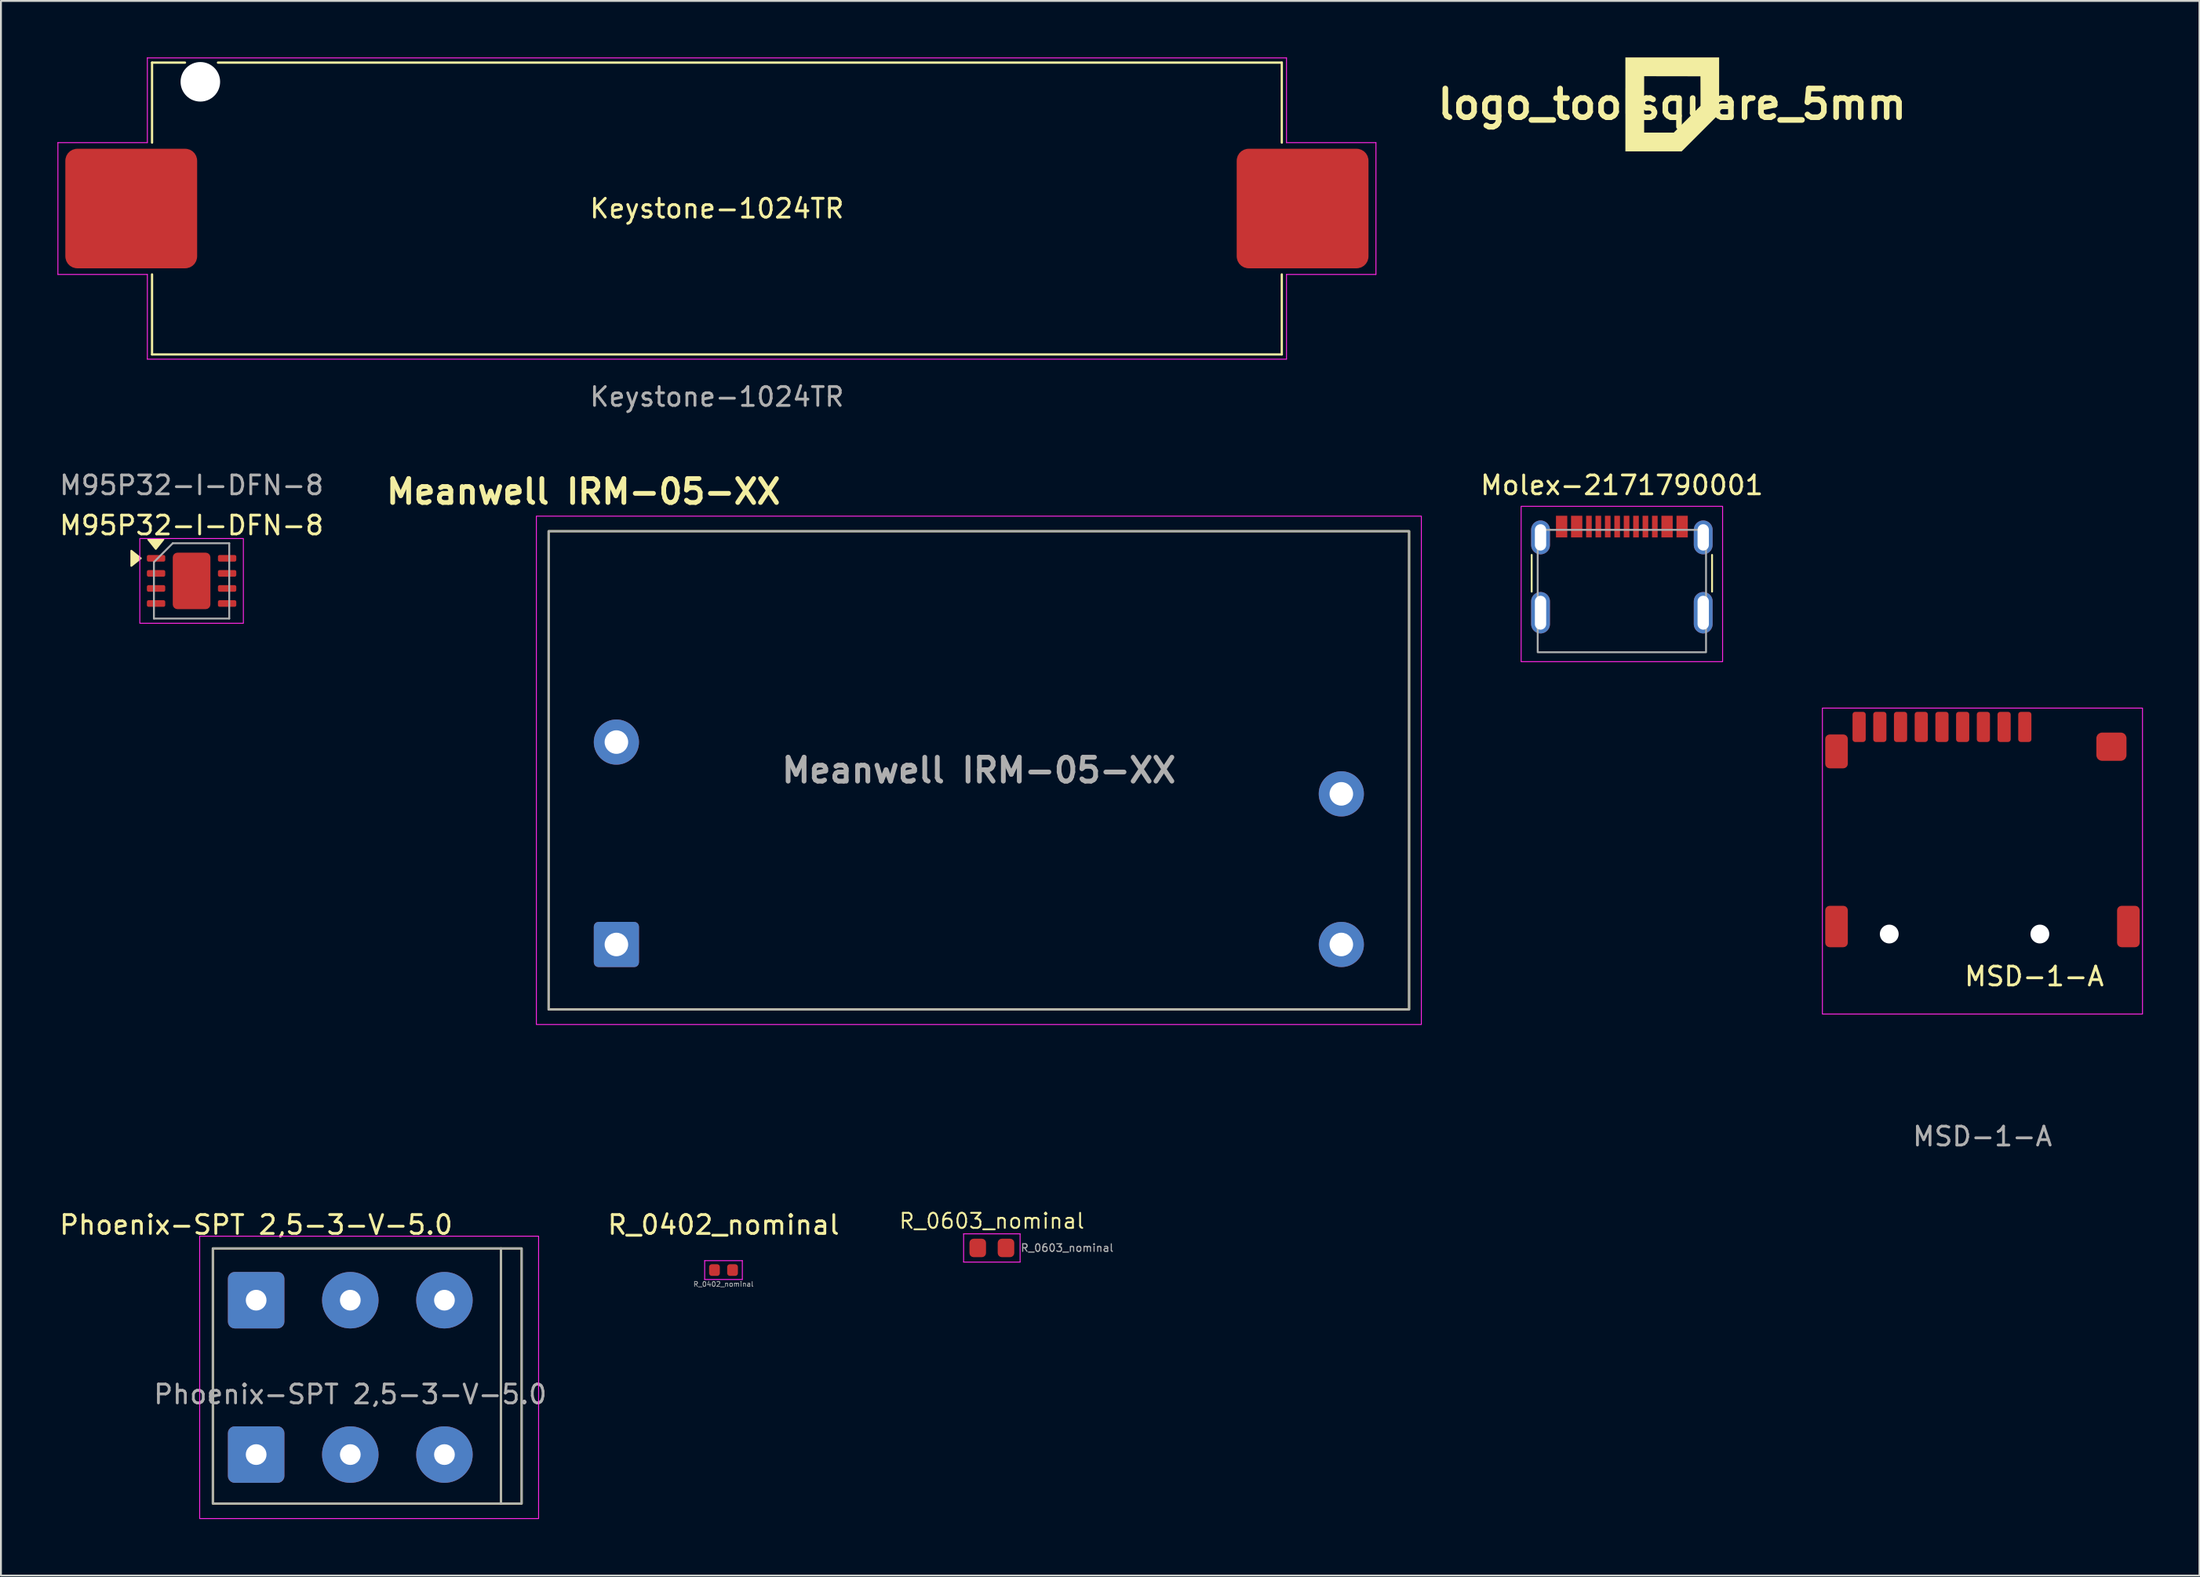
<source format=kicad_pcb>
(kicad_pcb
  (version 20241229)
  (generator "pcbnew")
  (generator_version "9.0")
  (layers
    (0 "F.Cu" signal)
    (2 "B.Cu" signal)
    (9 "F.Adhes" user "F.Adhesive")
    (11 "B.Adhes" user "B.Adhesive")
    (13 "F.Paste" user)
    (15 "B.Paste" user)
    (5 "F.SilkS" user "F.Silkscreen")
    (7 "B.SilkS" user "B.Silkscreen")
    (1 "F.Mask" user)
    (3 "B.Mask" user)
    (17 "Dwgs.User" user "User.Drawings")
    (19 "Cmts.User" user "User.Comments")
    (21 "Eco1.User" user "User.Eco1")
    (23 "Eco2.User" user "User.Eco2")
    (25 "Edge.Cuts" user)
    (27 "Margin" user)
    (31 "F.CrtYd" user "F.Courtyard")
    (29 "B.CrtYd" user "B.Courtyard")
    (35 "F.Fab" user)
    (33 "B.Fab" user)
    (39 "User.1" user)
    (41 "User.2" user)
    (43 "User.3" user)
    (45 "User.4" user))
  (footprint "Keystone-1024TR"
    (layer "F.Cu")
    (at 35.025 8.025)
    (property "Reference" "Keystone-1024TR" (at 0 0 0) (unlocked yes) (layer "F.SilkS") (effects (font (size 1 1) (thickness 0.15))))
    (attr smd)
    (fp_line (start -30 -7.75) (end -30 -3.5) (stroke (width 0.12) (type default)) (layer "F.SilkS"))
    (fp_line (start -30 -7.75) (end -28.25 -7.75) (stroke (width 0.12) (type default)) (layer "F.SilkS"))
    (fp_line (start -30 3.5) (end -30 7.75) (stroke (width 0.12) (type default)) (layer "F.SilkS"))
    (fp_line (start -26.5 -7.75) (end 30 -7.75) (stroke (width 0.12) (type default)) (layer "F.SilkS"))
    (fp_line (start 30 -7.75) (end 30 -3.5) (stroke (width 0.12) (type default)) (layer "F.SilkS"))
    (fp_line (start 30 3.5) (end 30 7.75) (stroke (width 0.12) (type default)) (layer "F.SilkS"))
    (fp_line (start 30 7.75) (end -30 7.75) (stroke (width 0.12) (type default)) (layer "F.SilkS"))
    (fp_line (start -35 -3.5) (end -35 3.5) (stroke (width 0.05) (type default)) (layer "F.CrtYd"))
    (fp_line (start -35 -3.5) (end -30.25 -3.5) (stroke (width 0.05) (type default)) (layer "F.CrtYd"))
    (fp_line (start -35 3.5) (end -30.25 3.5) (stroke (width 0.05) (type default)) (layer "F.CrtYd"))
    (fp_line (start -30.25 -8) (end 30.25 -8) (stroke (width 0.05) (type default)) (layer "F.CrtYd"))
    (fp_line (start -30.25 -3.5) (end -30.25 -8) (stroke (width 0.05) (type default)) (layer "F.CrtYd"))
    (fp_line (start -30.25 3.5) (end -30.25 8) (stroke (width 0.05) (type default)) (layer "F.CrtYd"))
    (fp_line (start 30.25 -8) (end 30.25 -3.5) (stroke (width 0.05) (type default)) (layer "F.CrtYd"))
    (fp_line (start 30.25 -3.5) (end 35 -3.5) (stroke (width 0.05) (type default)) (layer "F.CrtYd"))
    (fp_line (start 30.25 3.5) (end 35 3.5) (stroke (width 0.05) (type default)) (layer "F.CrtYd"))
    (fp_line (start 30.25 8) (end -30.25 8) (stroke (width 0.05) (type default)) (layer "F.CrtYd"))
    (fp_line (start 30.25 8) (end 30.25 3.5) (stroke (width 0.05) (type default)) (layer "F.CrtYd"))
    (fp_line (start 35 -3.5) (end 35 3.5) (stroke (width 0.05) (type default)) (layer "F.CrtYd"))
    (fp_text user "${REFERENCE}" (at 0 10 0) (unlocked yes) (layer "F.Fab") (effects (font (size 1 1) (thickness 0.15))))
    (pad "" np_thru_hole circle (at -27.435 -6.73) (size 2.1 2.1) (drill 2.1) (layers "*.Cu" "*.Mask"))
    (pad "1" smd roundrect (at -31.105 0) (size 7 6.35) (layers "F.Cu" "F.Mask" "F.Paste") (roundrect_rratio 0.1))
    (pad "2" smd roundrect (at 31.105 0) (size 7 6.35) (layers "F.Cu" "F.Mask" "F.Paste") (roundrect_rratio 0.1)))
  (footprint "Molex-2171790001"
    (layer "F.Cu")
    (at 83.086 27.491)
    (property "Reference" "Molex-2171790001" (at 0 -4.77 0) (layer "F.SilkS") (effects (font (size 1 1) (thickness 0.15))))
    (fp_line (start -4.79 -1.07) (end -4.79 0.88) (stroke (width 0.1) (type solid)) (layer "F.SilkS"))
    (fp_line (start 4.79 -1.07) (end 4.79 0.88) (stroke (width 0.1) (type solid)) (layer "F.SilkS"))
    (fp_rect (start -5.35 -3.65) (end 5.35 4.6) (stroke (width 0.05) (type default)) (fill no) (layer "F.CrtYd"))
    (fp_rect (start -4.47 -2.4) (end 4.47 4.1) (stroke (width 0.1) (type default)) (fill no) (layer "F.Fab"))
    (pad "A1-B12" smd rect (at -3.2 -2.575) (size 0.6 1.15) (layers "F.Cu" "F.Mask" "F.Paste"))
    (pad "A4-B9" smd rect (at -2.4 -2.575) (size 0.6 1.15) (layers "F.Cu" "F.Mask" "F.Paste"))
    (pad "A5" smd rect (at -1.25 -2.575) (size 0.3 1.15) (layers "F.Cu" "F.Mask" "F.Paste"))
    (pad "A6" smd rect (at -0.25 -2.575) (size 0.3 1.15) (layers "F.Cu" "F.Mask" "F.Paste"))
    (pad "A7" smd rect (at 0.25 -2.575) (size 0.3 1.15) (layers "F.Cu" "F.Mask" "F.Paste"))
    (pad "A8" smd rect (at 1.25 -2.575) (size 0.3 1.15) (layers "F.Cu" "F.Mask" "F.Paste"))
    (pad "B1-A12" smd rect (at 3.2 -2.575) (size 0.6 1.15) (layers "F.Cu" "F.Mask" "F.Paste"))
    (pad "B4-A9" smd rect (at 2.4 -2.575) (size 0.6 1.15) (layers "F.Cu" "F.Mask" "F.Paste"))
    (pad "B5" smd rect (at 1.75 -2.575) (size 0.3 1.15) (layers "F.Cu" "F.Mask" "F.Paste"))
    (pad "B6" smd rect (at 0.75 -2.575) (size 0.3 1.15) (layers "F.Cu" "F.Mask" "F.Paste"))
    (pad "B7" smd rect (at -0.75 -2.575) (size 0.3 1.15) (layers "F.Cu" "F.Mask" "F.Paste"))
    (pad "B8" smd rect (at -1.75 -2.575) (size 0.3 1.15) (layers "F.Cu" "F.Mask" "F.Paste"))
    (pad "S1" thru_hole oval (at -4.32 -2) (size 1 1.8) (drill oval 0.6 1.4) (layers "*.Cu" "*.Mask"))
    (pad "S1" thru_hole oval (at -4.32 2) (size 1 2.2) (drill oval 0.6 1.8) (layers "*.Cu" "*.Mask"))
    (pad "S1" thru_hole oval (at 4.32 -2) (size 1 1.8) (drill oval 0.6 1.4) (layers "*.Cu" "*.Mask"))
    (pad "S1" thru_hole oval (at 4.32 2) (size 1 2.2) (drill oval 0.6 1.8) (layers "*.Cu" "*.Mask")))
  (footprint "R_0402_nominal"
    (layer "F.Cu")
    (at 35.375 64.403)
    (property "Reference" "R_0402_nominal" (at 0 -2.4 0) (layer "F.SilkS") (effects (font (size 1 1) (thickness 0.15))))
    (attr smd)
    (fp_line (start -1 -0.5) (end 1 -0.5) (stroke (width 0.05) (type solid)) (layer "F.CrtYd"))
    (fp_line (start -1 0.5) (end -1 -0.5) (stroke (width 0.05) (type solid)) (layer "F.CrtYd"))
    (fp_line (start 1 -0.5) (end 1 0.5) (stroke (width 0.05) (type solid)) (layer "F.CrtYd"))
    (fp_line (start 1 0.5) (end -1 0.5) (stroke (width 0.05) (type solid)) (layer "F.CrtYd"))
    (fp_text user "${REFERENCE}" (at 0 0.75 0) (layer "F.Fab") (effects (font (size 0.26 0.26) (thickness 0.04))))
    (pad "1" smd roundrect (at -0.48 0) (size 0.57 0.62) (layers "F.Cu" "F.Mask" "F.Paste") (roundrect_rratio 0.25))
    (pad "2" smd roundrect (at 0.48 0) (size 0.57 0.62) (layers "F.Cu" "F.Mask" "F.Paste") (roundrect_rratio 0.25)))
  (footprint "MSD-1-A"
    (layer "F.Cu")
    (at 102.236 46.557)
    (property "Reference" "MSD-1-A" (at 2.75 2.25 0) (unlocked yes) (layer "F.SilkS") (effects (font (size 1 1) (thickness 0.15))))
    (attr smd)
    (fp_rect (start -8.5 -12) (end 8.5 4.25) (stroke (width 0.05) (type default)) (fill no) (layer "F.CrtYd"))
    (fp_line (start -4 0) (end 2.25 0) (stroke (width 0.05) (type dash)) (layer "User.1"))
    (fp_line (start -0.95 4) (end -0.95 -10.5) (stroke (width 0.05) (type dash)) (layer "User.1"))
    (fp_line (start 0 -10.5) (end 0 4) (stroke (width 0.05) (type dash)) (layer "User.1"))
    (fp_line (start 7.5 5.3) (end -7.5 5.3) (stroke (width 0.05) (type default)) (layer "User.1"))
    (fp_line (start 7.5 6.3) (end -7.5 6.3) (stroke (width 0.05) (type default)) (layer "User.1"))
    (fp_rect (start -7.5 -10.5) (end 7.5 4) (stroke (width 0.12) (type default)) (fill no) (layer "User.1"))
    (fp_text user "${REFERENCE}" (at 0 10.75 0) (unlocked yes) (layer "F.Fab") (effects (font (size 1 1) (thickness 0.15))))
    (fp_text user "CardCentre" (at -0.95 -12.25 90) (unlocked yes) (layer "User.1") (effects (font (size 1 1) (thickness 0.1)) (justify left bottom)))
    (fp_text user "ConnectorCentre" (at 0.75 -12.25 90) (unlocked yes) (layer "User.1") (effects (font (size 1 1) (thickness 0.1)) (justify left bottom)))
    (pad "" np_thru_hole circle (at -4.95 0) (size 1 1) (drill 1) (layers "*.Cu" "*.Mask"))
    (pad "" np_thru_hole circle (at 3.05 0) (size 1 1) (drill 1) (layers "*.Cu" "*.Mask"))
    (pad "1" smd roundrect (at 2.25 -11) (size 0.7 1.6) (layers "F.Cu" "F.Mask" "F.Paste") (roundrect_rratio 0.2))
    (pad "2" smd roundrect (at 1.15 -11) (size 0.7 1.6) (layers "F.Cu" "F.Mask" "F.Paste") (roundrect_rratio 0.2))
    (pad "3" smd roundrect (at 0.05 -11) (size 0.7 1.6) (layers "F.Cu" "F.Mask" "F.Paste") (roundrect_rratio 0.2))
    (pad "4" smd roundrect (at -1.05 -11) (size 0.7 1.6) (layers "F.Cu" "F.Mask" "F.Paste") (roundrect_rratio 0.2))
    (pad "5" smd roundrect (at -2.15 -11) (size 0.7 1.6) (layers "F.Cu" "F.Mask" "F.Paste") (roundrect_rratio 0.2))
    (pad "6" smd roundrect (at -3.25 -11) (size 0.7 1.6) (layers "F.Cu" "F.Mask" "F.Paste") (roundrect_rratio 0.2))
    (pad "7" smd roundrect (at -4.35 -11) (size 0.7 1.6) (layers "F.Cu" "F.Mask" "F.Paste") (roundrect_rratio 0.2))
    (pad "8" smd roundrect (at -5.45 -11) (size 0.7 1.6) (layers "F.Cu" "F.Mask" "F.Paste") (roundrect_rratio 0.2))
    (pad "9" smd roundrect (at -6.55 -11) (size 0.7 1.6) (layers "F.Cu" "F.Mask" "F.Paste") (roundrect_rratio 0.2))
    (pad "SH" smd roundrect (at -7.75 -9.7) (size 1.2 1.8) (layers "F.Cu" "F.Mask" "F.Paste") (roundrect_rratio 0.2))
    (pad "SH" smd roundrect (at -7.75 -0.4) (size 1.2 2.2) (layers "F.Cu" "F.Mask" "F.Paste") (roundrect_rratio 0.2))
    (pad "SH" smd roundrect (at 6.85 -9.95) (size 1.6 1.5) (layers "F.Cu" "F.Mask" "F.Paste") (roundrect_rratio 0.2))
    (pad "SH" smd roundrect (at 7.75 -0.4) (size 1.2 2.2) (layers "F.Cu" "F.Mask" "F.Paste") (roundrect_rratio 0.2)))
  (footprint "R_0603_nominal"
    (layer "F.Cu")
    (at 49.627 63.228)
    (property "Reference" "R_0603_nominal" (at 0 -1.43 0) (layer "F.SilkS") (effects (font (size 0.8 0.8) (thickness 0.1))))
    (attr smd)
    (fp_line (start -1.5 -0.75) (end 1.5 -0.75) (stroke (width 0.05) (type solid)) (layer "F.CrtYd"))
    (fp_line (start -1.5 0.75) (end -1.5 -0.75) (stroke (width 0.05) (type solid)) (layer "F.CrtYd"))
    (fp_line (start 1.5 -0.75) (end 1.5 0.75) (stroke (width 0.05) (type solid)) (layer "F.CrtYd"))
    (fp_line (start 1.5 0.75) (end -1.5 0.75) (stroke (width 0.05) (type solid)) (layer "F.CrtYd"))
    (fp_text user "${REFERENCE}" (at 4 0 0) (layer "F.Fab") (effects (font (size 0.4 0.4) (thickness 0.06))))
    (pad "1" smd roundrect (at -0.75 0) (size 0.88 0.98) (layers "F.Cu" "F.Mask" "F.Paste") (roundrect_rratio 0.25))
    (pad "2" smd roundrect (at 0.75 0) (size 0.88 0.98) (layers "F.Cu" "F.Mask" "F.Paste") (roundrect_rratio 0.25)))
  (footprint "M95P32-I-DFN-8"
    (layer "F.Cu")
    (at 7.125 27.802)
    (property "Reference" "M95P32-I-DFN-8" (at 0 -2.95 0) (layer "F.SilkS") (effects (font (size 1 1) (thickness 0.15))))
    (attr smd)
    (fp_poly (pts (xy -2.7 -1.2) (xy -3.2 -1.6) (xy -3.2 -0.8)) (stroke (width 0.1) (type solid)) (fill yes) (layer "F.SilkS"))
    (fp_poly (pts (xy -1.9 -1.7) (xy -1.5 -2.2) (xy -2.3 -2.2)) (stroke (width 0.1) (type solid)) (fill yes) (layer "F.SilkS"))
    (fp_rect (start -2.75 -2.25) (end 2.75 2.25) (stroke (width 0.05) (type default)) (fill no) (layer "F.CrtYd"))
    (fp_line (start -2 -1) (end -1 -2) (stroke (width 0.1) (type solid)) (layer "F.Fab"))
    (fp_line (start -2 2) (end -2 -1) (stroke (width 0.1) (type solid)) (layer "F.Fab"))
    (fp_line (start -1 -2) (end 2 -2) (stroke (width 0.1) (type solid)) (layer "F.Fab"))
    (fp_line (start 2 -2) (end 2 2) (stroke (width 0.1) (type solid)) (layer "F.Fab"))
    (fp_line (start 2 2) (end -2 2) (stroke (width 0.1) (type solid)) (layer "F.Fab"))
    (fp_text user "${REFERENCE}" (at 0 -5.08 0) (layer "F.Fab") (effects (font (size 1 1) (thickness 0.15))))
    (pad "1" smd roundrect (at -1.887 -1.2) (size 0.975 0.35) (layers "F.Cu" "F.Mask" "F.Paste") (roundrect_rratio 0.25))
    (pad "2" smd roundrect (at -1.887 -0.4) (size 0.975 0.35) (layers "F.Cu" "F.Mask" "F.Paste") (roundrect_rratio 0.25))
    (pad "3" smd roundrect (at -1.887 0.4) (size 0.975 0.35) (layers "F.Cu" "F.Mask" "F.Paste") (roundrect_rratio 0.25))
    (pad "4" smd roundrect (at -1.887 1.2) (size 0.975 0.35) (layers "F.Cu" "F.Mask" "F.Paste") (roundrect_rratio 0.25))
    (pad "5" smd roundrect (at 1.887 1.2) (size 0.975 0.35) (layers "F.Cu" "F.Mask" "F.Paste") (roundrect_rratio 0.25))
    (pad "6" smd roundrect (at 1.887 0.4) (size 0.975 0.35) (layers "F.Cu" "F.Mask" "F.Paste") (roundrect_rratio 0.25))
    (pad "7" smd roundrect (at 1.887 -0.4) (size 0.975 0.35) (layers "F.Cu" "F.Mask" "F.Paste") (roundrect_rratio 0.25))
    (pad "8" smd roundrect (at 1.887 -1.2) (size 0.975 0.35) (layers "F.Cu" "F.Mask" "F.Paste") (roundrect_rratio 0.25))
    (pad "9" smd roundrect (at 0 0) (size 2 3) (property pad_prop_heatsink) (layers "F.Cu" "F.Mask") (roundrect_rratio 0.125)))
  (footprint "Phoenix-SPT 2,5-3-V-5.0"
    (layer "F.Cu")
    (at 15.554 70.103)
    (property "Reference" "Phoenix-SPT 2,5-3-V-5.0" (at -5 -8.1 0) (unlocked yes) (layer "F.SilkS") (effects (font (size 1 1) (thickness 0.15))))
    (attr through_hole)
    (fp_line (start 8 6.7) (end 8 -6.85) (stroke (width 0.12) (type solid)) (layer "F.SilkS"))
    (fp_rect (start -7.3 -6.85) (end 9.1 6.7) (stroke (width 0.12) (type solid)) (fill no) (layer "F.SilkS"))
    (fp_rect (start -8 -7.5) (end 10 7.5) (stroke (width 0.05) (type default)) (fill no) (layer "F.CrtYd"))
    (fp_line (start 8 -6.85) (end 8 6.7) (stroke (width 0.1) (type solid)) (layer "F.Fab"))
    (fp_rect (start -7.3 -6.85) (end 9.1 6.7) (stroke (width 0.1) (type solid)) (fill no) (layer "F.Fab"))
    (fp_text user "${REFERENCE}" (at 0 0.9 0) (unlocked yes) (layer "F.Fab") (effects (font (size 1 1) (thickness 0.15))))
    (pad "1" thru_hole roundrect (at -5 -4.1) (size 3 3) (drill 1.1) (layers "*.Cu" "*.Mask") (roundrect_rratio 0.12))
    (pad "1" thru_hole roundrect (at -5 4.1) (size 3 3) (drill 1.1) (layers "*.Cu" "*.Mask") (roundrect_rratio 0.12))
    (pad "2" thru_hole circle (at 0 -4.1) (size 3 3) (drill 1.1) (layers "*.Cu" "*.Mask"))
    (pad "2" thru_hole circle (at 0 4.1) (size 3 3) (drill 1.1) (layers "*.Cu" "*.Mask"))
    (pad "3" thru_hole circle (at 5 -4.1) (size 3 3) (drill 1.1) (layers "*.Cu" "*.Mask"))
    (pad "3" thru_hole circle (at 5 4.1) (size 3 3) (drill 1.1) (layers "*.Cu" "*.Mask")))
  (footprint "logo_toolsquare_5mm"
    (layer "F.Cu")
    (at 85.757 2.485)
    (property "Reference" "logo_toolsquare_5mm" (at 0 0 0) (layer "F.SilkS") (effects (font (size 1.524 1.524) (thickness 0.3))))
    (attr board_only exclude_from_pos_files exclude_from_bom)
    (fp_poly (pts (xy 2.495 0.514) (xy 1.5 1.51) (xy 0.504 2.505) (xy -2.485 2.505) (xy -2.485 -1.487) (xy -1.487 -1.487) (xy -1.487 1.507) (xy 0.085 1.507) (xy 0.796 0.796) (xy 1.507 0.085) (xy 1.505 -0.699) (xy 1.502 -1.482) (xy 0.007 -1.485) (xy -1.487 -1.487) (xy -2.485 -1.487) (xy -2.485 -2.485) (xy 2.495 -2.485)) (stroke (width 0) (type solid)) (fill yes) (layer "F.SilkS")))
  (footprint "Meanwell IRM-05-XX"
    (layer "F.Cu")
    (at 48.936 37.862)
    (property "Reference" "Meanwell IRM-05-XX" (at -21 -14.8 0) (layer "F.SilkS") (effects (font (size 1.27 1.27) (thickness 0.254))))
    (attr through_hole)
    (fp_rect (start -22.85 -12.7) (end 22.85 12.7) (stroke (width 0.12) (type default)) (fill no) (layer "F.SilkS"))
    (fp_rect (start -23.5 -13.5) (end 23.5 13.5) (stroke (width 0.05) (type default)) (fill no) (layer "F.CrtYd"))
    (fp_line (start -22.85 -12.7) (end 22.85 -12.7) (stroke (width 0.1) (type solid)) (layer "F.Fab"))
    (fp_line (start -22.85 12.7) (end -22.85 -12.7) (stroke (width 0.1) (type solid)) (layer "F.Fab"))
    (fp_line (start 22.85 -12.7) (end 22.85 12.7) (stroke (width 0.1) (type solid)) (layer "F.Fab"))
    (fp_line (start 22.85 12.7) (end -22.85 12.7) (stroke (width 0.1) (type solid)) (layer "F.Fab"))
    (fp_rect (start -22.85 -12.7) (end 0 0) (stroke (width 0.02) (type default)) (fill no) (layer "User.1"))
    (fp_rect (start -22.85 0) (end 0 12.7) (stroke (width 0.02) (type default)) (fill no) (layer "User.1"))
    (fp_rect (start 0 -12.7) (end 22.85 0) (stroke (width 0.02) (type default)) (fill no) (layer "User.1"))
    (fp_rect (start 0 0) (end 22.85 12.7) (stroke (width 0.02) (type default)) (fill no) (layer "User.1"))
    (fp_text user "${REFERENCE}" (at 0 0 0) (layer "F.Fab") (effects (font (size 1.27 1.27) (thickness 0.254))))
    (pad "1" thru_hole roundrect (at -19.25 9.25) (size 2.4 2.4) (drill 1.25) (layers "*.Cu" "*.Mask") (roundrect_rratio 0.104))
    (pad "2" thru_hole circle (at 19.25 9.25) (size 2.4 2.4) (drill 1.25) (layers "*.Cu" "*.Mask"))
    (pad "3" thru_hole circle (at 19.25 1.25) (size 2.4 2.4) (drill 1.25) (layers "*.Cu" "*.Mask"))
    (pad "4" thru_hole circle (at -19.25 -1.5) (size 2.4 2.4) (drill 1.25) (layers "*.Cu" "*.Mask")))
  (gr_rect
    (start -3 -3)
    (end 113.761 80.628)
    (stroke (width 0.1) (type default))
    (fill no)
    (layer "Edge.Cuts")))
</source>
